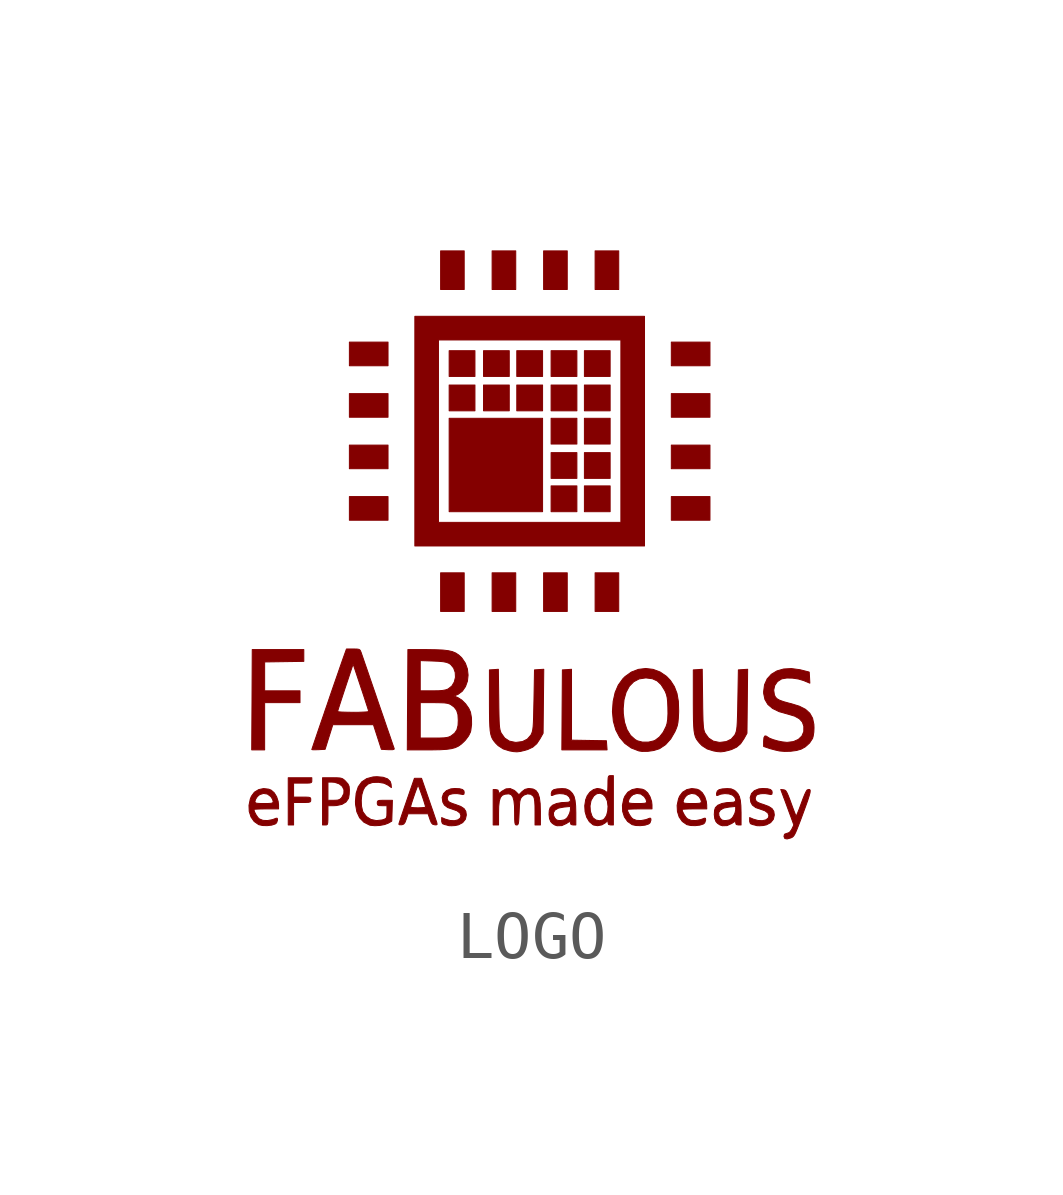
<source format=kicad_sym>
(kicad_symbol_lib
  (version 20231120)
  (generator "kicad_symbol_editor")
  (generator_version "8.0")
  (symbol "LOGO"
    (pin_names
      (offset 1.016))
    (property "Reference" "T"
      (at 0 6.341 0)
      (effects (font (size 1.27 1.27)) (hide yes)))
    (symbol "LOGO_0_0"
      (polyline (pts (xy -2.929 0.537) (xy -2.929 0.783) (xy -3.332 0.783) (xy -3.734 0.783) (xy -3.734 0.537) (xy -3.734 0.291) (xy -3.332 0.291) (xy -2.929 0.291) (xy -2.929 0.537)) (stroke (width 0.01) (type default)) (fill (type outline)))
      (polyline (pts (xy -2.929 1.61) (xy -2.929 1.856) (xy -3.332 1.856) (xy -3.734 1.856) (xy -3.734 1.61) (xy -3.734 1.364) (xy -3.332 1.364) (xy -2.929 1.364) (xy -2.929 1.61)) (stroke (width 0.01) (type default)) (fill (type outline)))
      (polyline (pts (xy -2.929 2.683) (xy -2.929 2.929) (xy -3.332 2.929) (xy -3.734 2.929) (xy -3.734 2.683) (xy -3.734 2.437) (xy -3.332 2.437) (xy -2.929 2.437) (xy -2.929 2.683)) (stroke (width 0.01) (type default)) (fill (type outline)))
      (polyline (pts (xy -2.929 3.756) (xy -2.929 4.002) (xy -3.332 4.002) (xy -3.734 4.002) (xy -3.734 3.756) (xy -3.734 3.51) (xy -3.332 3.51) (xy -2.929 3.51) (xy -2.929 3.756)) (stroke (width 0.01) (type default)) (fill (type outline)))
      (polyline (pts (xy -1.342 -1.207) (xy -1.342 -0.805) (xy -1.587 -0.805) (xy -1.833 -0.805) (xy -1.833 -1.207) (xy -1.833 -1.61) (xy -1.587 -1.61) (xy -1.342 -1.61) (xy -1.342 -1.207)) (stroke (width 0.01) (type default)) (fill (type outline)))
      (polyline (pts (xy -1.342 5.5) (xy -1.342 5.903) (xy -1.587 5.903) (xy -1.833 5.903) (xy -1.833 5.5) (xy -1.833 5.098) (xy -1.587 5.098) (xy -1.342 5.098) (xy -1.342 5.5)) (stroke (width 0.01) (type default)) (fill (type outline)))
      (polyline (pts (xy -1.118 2.84) (xy -1.118 3.108) (xy -1.386 3.108) (xy -1.655 3.108) (xy -1.655 2.84) (xy -1.655 2.571) (xy -1.386 2.571) (xy -1.118 2.571) (xy -1.118 2.84)) (stroke (width 0.01) (type default)) (fill (type outline)))
      (polyline (pts (xy -1.118 3.555) (xy -1.118 3.823) (xy -1.386 3.823) (xy -1.655 3.823) (xy -1.655 3.555) (xy -1.655 3.287) (xy -1.386 3.287) (xy -1.118 3.287) (xy -1.118 3.555)) (stroke (width 0.01) (type default)) (fill (type outline)))
      (polyline (pts (xy -0.403 2.84) (xy -0.403 3.108) (xy -0.671 3.108) (xy -0.939 3.108) (xy -0.939 2.84) (xy -0.939 2.571) (xy -0.671 2.571) (xy -0.403 2.571) (xy -0.403 2.84)) (stroke (width 0.01) (type default)) (fill (type outline)))
      (polyline (pts (xy -0.403 3.555) (xy -0.403 3.823) (xy -0.671 3.823) (xy -0.939 3.823) (xy -0.939 3.555) (xy -0.939 3.287) (xy -0.671 3.287) (xy -0.403 3.287) (xy -0.403 3.555)) (stroke (width 0.01) (type default)) (fill (type outline)))
      (polyline (pts (xy -0.268 -1.207) (xy -0.268 -0.805) (xy -0.514 -0.805) (xy -0.76 -0.805) (xy -0.76 -1.207) (xy -0.76 -1.61) (xy -0.514 -1.61) (xy -0.268 -1.61) (xy -0.268 -1.207)) (stroke (width 0.01) (type default)) (fill (type outline)))
      (polyline (pts (xy -0.268 5.5) (xy -0.268 5.903) (xy -0.514 5.903) (xy -0.76 5.903) (xy -0.76 5.5) (xy -0.76 5.098) (xy -0.514 5.098) (xy -0.268 5.098) (xy -0.268 5.5)) (stroke (width 0.01) (type default)) (fill (type outline)))
      (polyline (pts (xy 0.291 1.442) (xy 0.291 2.415) (xy -0.682 2.415) (xy -1.655 2.415) (xy -1.655 1.442) (xy -1.655 0.469) (xy -0.682 0.469) (xy 0.291 0.469) (xy 0.291 1.442)) (stroke (width 0.01) (type default)) (fill (type outline)))
      (polyline (pts (xy 0.291 2.84) (xy 0.291 3.108) (xy 0.022 3.108) (xy -0.246 3.108) (xy -0.246 2.84) (xy -0.246 2.571) (xy 0.022 2.571) (xy 0.291 2.571) (xy 0.291 2.84)) (stroke (width 0.01) (type default)) (fill (type outline)))
      (polyline (pts (xy 0.291 3.555) (xy 0.291 3.823) (xy 0.022 3.823) (xy -0.246 3.823) (xy -0.246 3.555) (xy -0.246 3.287) (xy 0.022 3.287) (xy 0.291 3.287) (xy 0.291 3.555)) (stroke (width 0.01) (type default)) (fill (type outline)))
      (polyline (pts (xy 0.805 -1.207) (xy 0.805 -0.805) (xy 0.559 -0.805) (xy 0.313 -0.805) (xy 0.313 -1.207) (xy 0.313 -1.61) (xy 0.559 -1.61) (xy 0.805 -1.61) (xy 0.805 -1.207)) (stroke (width 0.01) (type default)) (fill (type outline)))
      (polyline (pts (xy 0.805 5.5) (xy 0.805 5.903) (xy 0.559 5.903) (xy 0.313 5.903) (xy 0.313 5.5) (xy 0.313 5.098) (xy 0.559 5.098) (xy 0.805 5.098) (xy 0.805 5.5)) (stroke (width 0.01) (type default)) (fill (type outline)))
      (polyline (pts (xy 1.006 0.738) (xy 1.006 1.006) (xy 0.738 1.006) (xy 0.469 1.006) (xy 0.469 0.738) (xy 0.469 0.469) (xy 0.738 0.469) (xy 1.006 0.469) (xy 1.006 0.738)) (stroke (width 0.01) (type default)) (fill (type outline)))
      (polyline (pts (xy 1.006 1.431) (xy 1.006 1.699) (xy 0.738 1.699) (xy 0.469 1.699) (xy 0.469 1.431) (xy 0.469 1.163) (xy 0.738 1.163) (xy 1.006 1.163) (xy 1.006 1.431)) (stroke (width 0.01) (type default)) (fill (type outline)))
      (polyline (pts (xy 1.006 2.147) (xy 1.006 2.415) (xy 0.738 2.415) (xy 0.469 2.415) (xy 0.469 2.147) (xy 0.469 1.878) (xy 0.738 1.878) (xy 1.006 1.878) (xy 1.006 2.147)) (stroke (width 0.01) (type default)) (fill (type outline)))
      (polyline (pts (xy 1.006 2.84) (xy 1.006 3.108) (xy 0.738 3.108) (xy 0.469 3.108) (xy 0.469 2.84) (xy 0.469 2.571) (xy 0.738 2.571) (xy 1.006 2.571) (xy 1.006 2.84)) (stroke (width 0.01) (type default)) (fill (type outline)))
      (polyline (pts (xy 1.006 3.555) (xy 1.006 3.823) (xy 0.738 3.823) (xy 0.469 3.823) (xy 0.469 3.555) (xy 0.469 3.287) (xy 0.738 3.287) (xy 1.006 3.287) (xy 1.006 3.555)) (stroke (width 0.01) (type default)) (fill (type outline)))
      (polyline (pts (xy 1.699 0.738) (xy 1.699 1.006) (xy 1.431 1.006) (xy 1.163 1.006) (xy 1.163 0.738) (xy 1.163 0.469) (xy 1.431 0.469) (xy 1.699 0.469) (xy 1.699 0.738)) (stroke (width 0.01) (type default)) (fill (type outline)))
      (polyline (pts (xy 1.699 1.431) (xy 1.699 1.699) (xy 1.431 1.699) (xy 1.163 1.699) (xy 1.163 1.431) (xy 1.163 1.163) (xy 1.431 1.163) (xy 1.699 1.163) (xy 1.699 1.431)) (stroke (width 0.01) (type default)) (fill (type outline)))
      (polyline (pts (xy 1.699 2.147) (xy 1.699 2.415) (xy 1.431 2.415) (xy 1.163 2.415) (xy 1.163 2.147) (xy 1.163 1.878) (xy 1.431 1.878) (xy 1.699 1.878) (xy 1.699 2.147)) (stroke (width 0.01) (type default)) (fill (type outline)))
      (polyline (pts (xy 1.699 2.84) (xy 1.699 3.108) (xy 1.431 3.108) (xy 1.163 3.108) (xy 1.163 2.84) (xy 1.163 2.571) (xy 1.431 2.571) (xy 1.699 2.571) (xy 1.699 2.84)) (stroke (width 0.01) (type default)) (fill (type outline)))
      (polyline (pts (xy 1.699 3.555) (xy 1.699 3.823) (xy 1.431 3.823) (xy 1.163 3.823) (xy 1.163 3.555) (xy 1.163 3.287) (xy 1.431 3.287) (xy 1.699 3.287) (xy 1.699 3.555)) (stroke (width 0.01) (type default)) (fill (type outline)))
      (polyline (pts (xy 1.878 -1.207) (xy 1.878 -0.805) (xy 1.632 -0.805) (xy 1.386 -0.805) (xy 1.386 -1.207) (xy 1.386 -1.61) (xy 1.632 -1.61) (xy 1.878 -1.61) (xy 1.878 -1.207)) (stroke (width 0.01) (type default)) (fill (type outline)))
      (polyline (pts (xy 1.878 5.5) (xy 1.878 5.903) (xy 1.632 5.903) (xy 1.386 5.903) (xy 1.386 5.5) (xy 1.386 5.098) (xy 1.632 5.098) (xy 1.878 5.098) (xy 1.878 5.5)) (stroke (width 0.01) (type default)) (fill (type outline)))
      (polyline (pts (xy 3.779 0.537) (xy 3.779 0.783) (xy 3.376 0.783) (xy 2.974 0.783) (xy 2.974 0.537) (xy 2.974 0.291) (xy 3.376 0.291) (xy 3.779 0.291) (xy 3.779 0.537)) (stroke (width 0.01) (type default)) (fill (type outline)))
      (polyline (pts (xy 3.779 1.61) (xy 3.779 1.856) (xy 3.376 1.856) (xy 2.974 1.856) (xy 2.974 1.61) (xy 2.974 1.364) (xy 3.376 1.364) (xy 3.779 1.364) (xy 3.779 1.61)) (stroke (width 0.01) (type default)) (fill (type outline)))
      (polyline (pts (xy 3.779 2.683) (xy 3.779 2.929) (xy 3.376 2.929) (xy 2.974 2.929) (xy 2.974 2.683) (xy 2.974 2.437) (xy 3.376 2.437) (xy 3.779 2.437) (xy 3.779 2.683)) (stroke (width 0.01) (type default)) (fill (type outline)))
      (polyline (pts (xy 3.779 3.756) (xy 3.779 4.002) (xy 3.376 4.002) (xy 2.974 4.002) (xy 2.974 3.756) (xy 2.974 3.51) (xy 3.376 3.51) (xy 3.779 3.51) (xy 3.779 3.756)) (stroke (width 0.01) (type default)) (fill (type outline)))
      (polyline (pts (xy 1.628 -4.399) (xy 1.621 -4.304) (xy 1.258 -4.298) (xy 0.894 -4.292) (xy 0.894 -3.553) (xy 0.894 -2.815) (xy 0.799 -2.822) (xy 0.704 -2.828) (xy 0.698 -3.661) (xy 0.693 -4.494) (xy 1.164 -4.494) (xy 1.635 -4.494) (xy 1.628 -4.399)) (stroke (width 0.01) (type default)) (fill (type outline)))
      (polyline (pts (xy 2.415 2.147) (xy 2.415 4.539) (xy 0.022 4.539) (xy -2.37 4.539) (xy -2.37 2.147) (xy -1.878 2.147) (xy -1.878 4.047) (xy 0.022 4.047) (xy 1.923 4.047) (xy 1.923 2.147) (xy 1.923 0.246) (xy 0.022 0.246) (xy -1.878 0.246) (xy -1.878 2.147) (xy -2.37 2.147) (xy -2.37 -0.246) (xy 0.022 -0.246) (xy 2.415 -0.246) (xy 2.415 2.147)) (stroke (width 0.01) (type default)) (fill (type outline)))
      (polyline (pts (xy -5.5 -4.002) (xy -5.5 -3.51) (xy -5.131 -3.51) (xy -4.763 -3.51) (xy -4.763 -3.387) (xy -4.763 -3.264) (xy -5.131 -3.264) (xy -5.5 -3.264) (xy -5.5 -2.963) (xy -5.5 -2.662) (xy -5.092 -2.656) (xy -4.684 -2.65) (xy -4.684 -2.527) (xy -4.684 -2.404) (xy -5.221 -2.404) (xy -5.758 -2.404) (xy -5.763 -3.449) (xy -5.769 -4.494) (xy -5.635 -4.494) (xy -5.5 -4.494) (xy -5.5 -4.002)) (stroke (width 0.01) (type default)) (fill (type outline)))
      (polyline (pts (xy -4.897 -5.825) (xy -4.897 -5.59) (xy -4.718 -5.59) (xy -4.642 -5.59) (xy -4.583 -5.587) (xy -4.553 -5.578) (xy -4.541 -5.562) (xy -4.539 -5.534) (xy -4.54 -5.51) (xy -4.549 -5.492) (xy -4.576 -5.482) (xy -4.629 -5.479) (xy -4.718 -5.478) (xy -4.897 -5.478) (xy -4.897 -5.333) (xy -4.897 -5.187) (xy -4.707 -5.187) (xy -4.615 -5.187) (xy -4.559 -5.184) (xy -4.529 -5.175) (xy -4.518 -5.159) (xy -4.517 -5.131) (xy -4.517 -5.075) (xy -4.763 -5.075) (xy -5.008 -5.075) (xy -5.008 -5.567) (xy -5.008 -6.059) (xy -4.953 -6.059) (xy -4.897 -6.059) (xy -4.897 -5.825)) (stroke (width 0.01) (type default)) (fill (type outline)))
      (polyline (pts (xy -4.207 -6.057) (xy -4.192 -6.044) (xy -4.185 -6.013) (xy -4.182 -5.953) (xy -4.181 -5.858) (xy -4.181 -5.657) (xy -4.053 -5.657) (xy -4.001 -5.654) (xy -3.889 -5.63) (xy -3.805 -5.58) (xy -3.756 -5.51) (xy -3.749 -5.488) (xy -3.738 -5.419) (xy -3.734 -5.34) (xy -3.734 -5.325) (xy -3.74 -5.256) (xy -3.763 -5.205) (xy -3.81 -5.152) (xy -3.817 -5.144) (xy -3.853 -5.111) (xy -3.886 -5.091) (xy -3.929 -5.08) (xy -3.993 -5.076) (xy -4.09 -5.075) (xy -4.293 -5.075) (xy -4.293 -5.355) (xy -4.181 -5.355) (xy -4.181 -5.165) (xy -4.106 -5.165) (xy -4.04 -5.17) (xy -3.946 -5.202) (xy -3.881 -5.255) (xy -3.847 -5.325) (xy -3.849 -5.404) (xy -3.892 -5.486) (xy -3.903 -5.499) (xy -3.938 -5.529) (xy -3.985 -5.542) (xy -4.06 -5.545) (xy -4.181 -5.545) (xy -4.181 -5.355) (xy -4.293 -5.355) (xy -4.293 -5.567) (xy -4.293 -6.059) (xy -4.237 -6.059) (xy -4.232 -6.059) (xy -4.207 -6.057)) (stroke (width 0.01) (type default)) (fill (type outline)))
      (polyline (pts (xy -1.532 -6.071) (xy -1.461 -6.056) (xy -1.374 -6.01) (xy -1.317 -5.94) (xy -1.297 -5.851) (xy -1.297 -5.851) (xy -1.308 -5.775) (xy -1.345 -5.718) (xy -1.414 -5.673) (xy -1.522 -5.633) (xy -1.583 -5.613) (xy -1.643 -5.588) (xy -1.676 -5.562) (xy -1.691 -5.53) (xy -1.695 -5.494) (xy -1.671 -5.44) (xy -1.644 -5.423) (xy -1.576 -5.407) (xy -1.49 -5.405) (xy -1.403 -5.418) (xy -1.372 -5.425) (xy -1.347 -5.417) (xy -1.342 -5.38) (xy -1.348 -5.348) (xy -1.378 -5.32) (xy -1.439 -5.304) (xy -1.538 -5.299) (xy -1.62 -5.307) (xy -1.712 -5.344) (xy -1.773 -5.405) (xy -1.8 -5.487) (xy -1.787 -5.583) (xy -1.754 -5.644) (xy -1.684 -5.697) (xy -1.576 -5.734) (xy -1.491 -5.764) (xy -1.43 -5.811) (xy -1.409 -5.869) (xy -1.425 -5.917) (xy -1.474 -5.953) (xy -1.548 -5.97) (xy -1.638 -5.965) (xy -1.734 -5.938) (xy -1.811 -5.905) (xy -1.811 -5.971) (xy -1.81 -5.991) (xy -1.795 -6.031) (xy -1.75 -6.05) (xy -1.703 -6.061) (xy -1.666 -6.072) (xy -1.652 -6.074) (xy -1.601 -6.075) (xy -1.532 -6.071)) (stroke (width 0.01) (type default)) (fill (type outline)))
      (polyline (pts (xy 4.885 -6.071) (xy 4.956 -6.056) (xy 5.043 -6.01) (xy 5.1 -5.94) (xy 5.12 -5.851) (xy 5.12 -5.851) (xy 5.109 -5.775) (xy 5.072 -5.718) (xy 5.003 -5.673) (xy 4.896 -5.633) (xy 4.834 -5.613) (xy 4.774 -5.588) (xy 4.741 -5.562) (xy 4.726 -5.53) (xy 4.722 -5.494) (xy 4.746 -5.44) (xy 4.773 -5.423) (xy 4.841 -5.407) (xy 4.927 -5.405) (xy 5.014 -5.418) (xy 5.045 -5.425) (xy 5.07 -5.417) (xy 5.075 -5.38) (xy 5.069 -5.348) (xy 5.039 -5.32) (xy 4.978 -5.304) (xy 4.879 -5.299) (xy 4.797 -5.307) (xy 4.705 -5.344) (xy 4.644 -5.405) (xy 4.617 -5.487) (xy 4.63 -5.583) (xy 4.663 -5.644) (xy 4.733 -5.697) (xy 4.841 -5.734) (xy 4.926 -5.764) (xy 4.987 -5.811) (xy 5.008 -5.869) (xy 4.992 -5.917) (xy 4.943 -5.953) (xy 4.869 -5.97) (xy 4.779 -5.965) (xy 4.684 -5.938) (xy 4.606 -5.905) (xy 4.606 -5.971) (xy 4.607 -5.991) (xy 4.622 -6.031) (xy 4.667 -6.05) (xy 4.714 -6.061) (xy 4.751 -6.072) (xy 4.765 -6.074) (xy 4.816 -6.075) (xy 4.885 -6.071)) (stroke (width 0.01) (type default)) (fill (type outline)))
      (polyline (pts (xy 5.464 -6.329) (xy 5.472 -6.325) (xy 5.495 -6.314) (xy 5.516 -6.296) (xy 5.538 -6.266) (xy 5.562 -6.22) (xy 5.591 -6.152) (xy 5.628 -6.058) (xy 5.676 -5.932) (xy 5.736 -5.769) (xy 5.766 -5.687) (xy 5.814 -5.553) (xy 5.846 -5.453) (xy 5.864 -5.385) (xy 5.868 -5.342) (xy 5.859 -5.322) (xy 5.838 -5.319) (xy 5.805 -5.329) (xy 5.803 -5.33) (xy 5.784 -5.359) (xy 5.754 -5.421) (xy 5.719 -5.508) (xy 5.681 -5.611) (xy 5.674 -5.63) (xy 5.638 -5.728) (xy 5.607 -5.806) (xy 5.585 -5.856) (xy 5.574 -5.872) (xy 5.573 -5.871) (xy 5.56 -5.843) (xy 5.536 -5.783) (xy 5.504 -5.698) (xy 5.467 -5.597) (xy 5.446 -5.539) (xy 5.41 -5.446) (xy 5.383 -5.386) (xy 5.361 -5.35) (xy 5.338 -5.332) (xy 5.313 -5.326) (xy 5.254 -5.319) (xy 5.323 -5.505) (xy 5.326 -5.51) (xy 5.369 -5.628) (xy 5.417 -5.759) (xy 5.46 -5.875) (xy 5.527 -6.059) (xy 5.486 -6.143) (xy 5.474 -6.165) (xy 5.434 -6.215) (xy 5.383 -6.234) (xy 5.371 -6.236) (xy 5.332 -6.253) (xy 5.321 -6.296) (xy 5.322 -6.301) (xy 5.339 -6.341) (xy 5.386 -6.35) (xy 5.464 -6.329)) (stroke (width 0.01) (type default)) (fill (type outline)))
      (polyline (pts (xy -0.173 -4.527) (xy -0.082 -4.505) (xy -0.019 -4.487) (xy 0.087 -4.437) (xy 0.169 -4.366) (xy 0.238 -4.262) (xy 0.302 -4.148) (xy 0.309 -3.481) (xy 0.316 -2.815) (xy 0.219 -2.821) (xy 0.123 -2.828) (xy 0.112 -3.454) (xy 0.111 -3.496) (xy 0.107 -3.674) (xy 0.104 -3.814) (xy 0.1 -3.921) (xy 0.095 -4.002) (xy 0.088 -4.062) (xy 0.08 -4.106) (xy 0.069 -4.14) (xy 0.056 -4.17) (xy 0.047 -4.187) (xy -0.026 -4.27) (xy -0.128 -4.321) (xy -0.259 -4.338) (xy -0.28 -4.337) (xy -0.401 -4.312) (xy -0.498 -4.248) (xy -0.57 -4.147) (xy -0.574 -4.14) (xy -0.586 -4.11) (xy -0.596 -4.074) (xy -0.604 -4.028) (xy -0.61 -3.966) (xy -0.614 -3.881) (xy -0.617 -3.768) (xy -0.62 -3.622) (xy -0.622 -3.437) (xy -0.63 -2.815) (xy -0.723 -2.822) (xy -0.816 -2.828) (xy -0.816 -3.466) (xy -0.816 -3.534) (xy -0.815 -3.724) (xy -0.813 -3.877) (xy -0.808 -3.998) (xy -0.801 -4.091) (xy -0.789 -4.164) (xy -0.773 -4.221) (xy -0.751 -4.268) (xy -0.723 -4.309) (xy -0.688 -4.352) (xy -0.633 -4.407) (xy -0.527 -4.475) (xy -0.395 -4.516) (xy -0.314 -4.53) (xy -0.243 -4.535) (xy -0.173 -4.527)) (stroke (width 0.01) (type default)) (fill (type outline)))
      (polyline (pts (xy 4.075 -4.527) (xy 4.166 -4.505) (xy 4.229 -4.487) (xy 4.335 -4.437) (xy 4.417 -4.366) (xy 4.487 -4.262) (xy 4.55 -4.148) (xy 4.557 -3.481) (xy 4.564 -2.815) (xy 4.467 -2.821) (xy 4.371 -2.828) (xy 4.36 -3.454) (xy 4.359 -3.496) (xy 4.356 -3.674) (xy 4.352 -3.814) (xy 4.348 -3.921) (xy 4.343 -4.002) (xy 4.336 -4.062) (xy 4.328 -4.106) (xy 4.317 -4.14) (xy 4.304 -4.17) (xy 4.295 -4.187) (xy 4.223 -4.27) (xy 4.12 -4.321) (xy 3.989 -4.338) (xy 3.968 -4.337) (xy 3.848 -4.312) (xy 3.751 -4.248) (xy 3.678 -4.147) (xy 3.674 -4.14) (xy 3.662 -4.11) (xy 3.652 -4.074) (xy 3.644 -4.028) (xy 3.639 -3.966) (xy 3.634 -3.881) (xy 3.631 -3.768) (xy 3.628 -3.622) (xy 3.626 -3.437) (xy 3.618 -2.815) (xy 3.525 -2.822) (xy 3.432 -2.828) (xy 3.432 -3.466) (xy 3.432 -3.534) (xy 3.433 -3.724) (xy 3.435 -3.877) (xy 3.44 -3.998) (xy 3.447 -4.091) (xy 3.459 -4.164) (xy 3.475 -4.221) (xy 3.497 -4.268) (xy 3.526 -4.309) (xy 3.561 -4.352) (xy 3.615 -4.407) (xy 3.721 -4.475) (xy 3.853 -4.516) (xy 3.934 -4.53) (xy 4.005 -4.535) (xy 4.075 -4.527)) (stroke (width 0.01) (type default)) (fill (type outline)))
      (polyline (pts (xy -3.1 -6.069) (xy -3 -6.05) (xy -2.924 -6.021) (xy -2.851 -5.979) (xy -2.844 -5.762) (xy -2.838 -5.545) (xy -2.995 -5.545) (xy -3.038 -5.545) (xy -3.103 -5.547) (xy -3.137 -5.555) (xy -3.15 -5.572) (xy -3.153 -5.601) (xy -3.152 -5.616) (xy -3.144 -5.643) (xy -3.114 -5.655) (xy -3.052 -5.657) (xy -2.951 -5.657) (xy -2.951 -5.789) (xy -2.951 -5.795) (xy -2.953 -5.867) (xy -2.962 -5.907) (xy -2.982 -5.929) (xy -3.022 -5.945) (xy -3.049 -5.954) (xy -3.171 -5.968) (xy -3.284 -5.944) (xy -3.379 -5.884) (xy -3.449 -5.791) (xy -3.459 -5.767) (xy -3.482 -5.666) (xy -3.487 -5.548) (xy -3.475 -5.429) (xy -3.445 -5.329) (xy -3.411 -5.269) (xy -3.342 -5.205) (xy -3.25 -5.173) (xy -3.127 -5.17) (xy -3.127 -5.17) (xy -3.011 -5.189) (xy -2.928 -5.23) (xy -2.859 -5.28) (xy -2.866 -5.206) (xy -2.883 -5.153) (xy -2.939 -5.098) (xy -3.031 -5.065) (xy -3.159 -5.053) (xy -3.241 -5.058) (xy -3.373 -5.093) (xy -3.476 -5.161) (xy -3.549 -5.263) (xy -3.593 -5.399) (xy -3.608 -5.569) (xy -3.606 -5.629) (xy -3.579 -5.784) (xy -3.521 -5.909) (xy -3.432 -6.001) (xy -3.314 -6.061) (xy -3.294 -6.066) (xy -3.204 -6.074) (xy -3.1 -6.069)) (stroke (width 0.01) (type default)) (fill (type outline)))
      (polyline (pts (xy 1.527 -6.057) (xy 1.602 -6.012) (xy 1.655 -5.962) (xy 1.655 -6.011) (xy 1.655 -6.013) (xy 1.667 -6.049) (xy 1.71 -6.059) (xy 1.766 -6.059) (xy 1.766 -5.545) (xy 1.766 -5.031) (xy 1.71 -5.031) (xy 1.708 -5.031) (xy 1.682 -5.033) (xy 1.666 -5.045) (xy 1.658 -5.075) (xy 1.654 -5.133) (xy 1.653 -5.226) (xy 1.652 -5.27) (xy 1.649 -5.342) (xy 1.645 -5.386) (xy 1.64 -5.394) (xy 1.624 -5.372) (xy 1.572 -5.337) (xy 1.503 -5.31) (xy 1.435 -5.299) (xy 1.429 -5.299) (xy 1.351 -5.322) (xy 1.277 -5.376) (xy 1.221 -5.452) (xy 1.189 -5.534) (xy 1.17 -5.658) (xy 1.17 -5.662) (xy 1.28 -5.662) (xy 1.299 -5.559) (xy 1.308 -5.536) (xy 1.359 -5.453) (xy 1.421 -5.408) (xy 1.487 -5.398) (xy 1.55 -5.422) (xy 1.603 -5.477) (xy 1.641 -5.561) (xy 1.655 -5.672) (xy 1.649 -5.769) (xy 1.624 -5.864) (xy 1.577 -5.933) (xy 1.546 -5.955) (xy 1.476 -5.971) (xy 1.403 -5.956) (xy 1.344 -5.912) (xy 1.319 -5.871) (xy 1.287 -5.772) (xy 1.28 -5.662) (xy 1.17 -5.662) (xy 1.177 -5.782) (xy 1.21 -5.896) (xy 1.266 -5.99) (xy 1.342 -6.054) (xy 1.355 -6.06) (xy 1.438 -6.074) (xy 1.527 -6.057)) (stroke (width 0.01) (type default)) (fill (type outline)))
      (polyline (pts (xy -1.906 -6.047) (xy -1.913 -6.011) (xy -1.914 -6.006) (xy -1.929 -5.962) (xy -1.956 -5.884) (xy -1.991 -5.78) (xy -2.034 -5.657) (xy -2.08 -5.523) (xy -2.231 -5.087) (xy -2.305 -5.087) (xy -2.379 -5.087) (xy -2.541 -5.556) (xy -2.563 -5.62) (xy -2.586 -5.686) (xy -2.459 -5.686) (xy -2.456 -5.668) (xy -2.442 -5.616) (xy -2.418 -5.543) (xy -2.39 -5.46) (xy -2.361 -5.376) (xy -2.334 -5.303) (xy -2.314 -5.252) (xy -2.303 -5.232) (xy -2.297 -5.241) (xy -2.279 -5.284) (xy -2.254 -5.351) (xy -2.225 -5.433) (xy -2.196 -5.517) (xy -2.171 -5.595) (xy -2.153 -5.655) (xy -2.147 -5.686) (xy -2.147 -5.687) (xy -2.17 -5.694) (xy -2.226 -5.699) (xy -2.303 -5.702) (xy -2.309 -5.702) (xy -2.385 -5.699) (xy -2.439 -5.694) (xy -2.459 -5.686) (xy -2.586 -5.686) (xy -2.608 -5.751) (xy -2.647 -5.866) (xy -2.677 -5.957) (xy -2.697 -6.019) (xy -2.704 -6.044) (xy -2.689 -6.055) (xy -2.646 -6.055) (xy -2.639 -6.054) (xy -2.602 -6.04) (xy -2.575 -6.005) (xy -2.549 -5.936) (xy -2.512 -5.825) (xy -2.303 -5.825) (xy -2.095 -5.825) (xy -2.057 -5.936) (xy -2.051 -5.955) (xy -2.026 -6.014) (xy -1.998 -6.044) (xy -1.958 -6.055) (xy -1.926 -6.058) (xy -1.906 -6.047)) (stroke (width 0.01) (type default)) (fill (type outline)))
      (polyline (pts (xy -5.352 -6.062) (xy -5.279 -6.038) (xy -5.251 -6.014) (xy -5.232 -5.959) (xy -5.232 -5.946) (xy -5.237 -5.92) (xy -5.259 -5.918) (xy -5.31 -5.938) (xy -5.338 -5.948) (xy -5.439 -5.967) (xy -5.535 -5.963) (xy -5.61 -5.933) (xy -5.639 -5.905) (xy -5.679 -5.847) (xy -5.711 -5.785) (xy -5.724 -5.736) (xy -5.705 -5.731) (xy -5.651 -5.728) (xy -5.568 -5.725) (xy -5.467 -5.724) (xy -5.21 -5.724) (xy -5.21 -5.64) (xy -5.218 -5.569) (xy -5.25 -5.471) (xy -5.301 -5.388) (xy -5.363 -5.334) (xy -5.414 -5.313) (xy -5.521 -5.3) (xy -5.624 -5.322) (xy -5.713 -5.376) (xy -5.775 -5.46) (xy -5.799 -5.518) (xy -5.809 -5.569) (xy -5.702 -5.569) (xy -5.702 -5.566) (xy -5.686 -5.519) (xy -5.651 -5.466) (xy -5.603 -5.426) (xy -5.524 -5.402) (xy -5.443 -5.414) (xy -5.375 -5.464) (xy -5.37 -5.469) (xy -5.335 -5.523) (xy -5.322 -5.569) (xy -5.323 -5.582) (xy -5.333 -5.598) (xy -5.362 -5.607) (xy -5.419 -5.611) (xy -5.512 -5.612) (xy -5.571 -5.612) (xy -5.641 -5.609) (xy -5.681 -5.603) (xy -5.698 -5.59) (xy -5.702 -5.569) (xy -5.809 -5.569) (xy -5.826 -5.65) (xy -5.821 -5.777) (xy -5.784 -5.892) (xy -5.718 -5.986) (xy -5.625 -6.051) (xy -5.62 -6.053) (xy -5.544 -6.07) (xy -5.447 -6.073) (xy -5.352 -6.062)) (stroke (width 0.01) (type default)) (fill (type outline)))
      (polyline (pts (xy 2.429 -6.062) (xy 2.502 -6.038) (xy 2.53 -6.014) (xy 2.549 -5.959) (xy 2.549 -5.946) (xy 2.544 -5.92) (xy 2.522 -5.918) (xy 2.471 -5.938) (xy 2.443 -5.948) (xy 2.342 -5.967) (xy 2.246 -5.963) (xy 2.171 -5.933) (xy 2.142 -5.905) (xy 2.102 -5.847) (xy 2.07 -5.785) (xy 2.057 -5.736) (xy 2.076 -5.731) (xy 2.13 -5.728) (xy 2.213 -5.725) (xy 2.314 -5.724) (xy 2.571 -5.724) (xy 2.571 -5.64) (xy 2.563 -5.569) (xy 2.53 -5.471) (xy 2.48 -5.388) (xy 2.418 -5.334) (xy 2.367 -5.313) (xy 2.26 -5.3) (xy 2.157 -5.322) (xy 2.068 -5.376) (xy 2.006 -5.46) (xy 1.982 -5.518) (xy 1.972 -5.569) (xy 2.079 -5.569) (xy 2.079 -5.566) (xy 2.095 -5.519) (xy 2.13 -5.466) (xy 2.178 -5.426) (xy 2.257 -5.402) (xy 2.338 -5.414) (xy 2.406 -5.464) (xy 2.411 -5.469) (xy 2.446 -5.523) (xy 2.459 -5.569) (xy 2.458 -5.582) (xy 2.448 -5.598) (xy 2.418 -5.607) (xy 2.362 -5.611) (xy 2.269 -5.612) (xy 2.211 -5.612) (xy 2.14 -5.609) (xy 2.1 -5.603) (xy 2.083 -5.59) (xy 2.079 -5.569) (xy 1.972 -5.569) (xy 1.955 -5.65) (xy 1.96 -5.777) (xy 1.997 -5.892) (xy 2.063 -5.986) (xy 2.156 -6.051) (xy 2.161 -6.053) (xy 2.237 -6.07) (xy 2.333 -6.073) (xy 2.429 -6.062)) (stroke (width 0.01) (type default)) (fill (type outline)))
      (polyline (pts (xy 3.569 -6.062) (xy 3.643 -6.038) (xy 3.67 -6.014) (xy 3.689 -5.959) (xy 3.689 -5.946) (xy 3.684 -5.92) (xy 3.662 -5.918) (xy 3.612 -5.938) (xy 3.583 -5.948) (xy 3.483 -5.967) (xy 3.386 -5.963) (xy 3.312 -5.933) (xy 3.283 -5.905) (xy 3.243 -5.847) (xy 3.211 -5.785) (xy 3.197 -5.736) (xy 3.216 -5.731) (xy 3.271 -5.728) (xy 3.353 -5.725) (xy 3.454 -5.724) (xy 3.712 -5.724) (xy 3.711 -5.64) (xy 3.703 -5.569) (xy 3.671 -5.471) (xy 3.62 -5.388) (xy 3.558 -5.334) (xy 3.507 -5.313) (xy 3.4 -5.3) (xy 3.297 -5.322) (xy 3.209 -5.376) (xy 3.146 -5.46) (xy 3.123 -5.518) (xy 3.112 -5.569) (xy 3.22 -5.569) (xy 3.22 -5.566) (xy 3.236 -5.519) (xy 3.271 -5.466) (xy 3.319 -5.426) (xy 3.397 -5.402) (xy 3.478 -5.414) (xy 3.547 -5.464) (xy 3.552 -5.469) (xy 3.586 -5.523) (xy 3.6 -5.569) (xy 3.599 -5.582) (xy 3.588 -5.598) (xy 3.559 -5.607) (xy 3.502 -5.611) (xy 3.41 -5.612) (xy 3.351 -5.612) (xy 3.28 -5.609) (xy 3.241 -5.603) (xy 3.224 -5.59) (xy 3.22 -5.569) (xy 3.112 -5.569) (xy 3.095 -5.65) (xy 3.101 -5.777) (xy 3.137 -5.892) (xy 3.203 -5.986) (xy 3.296 -6.051) (xy 3.301 -6.053) (xy 3.378 -6.07) (xy 3.474 -6.073) (xy 3.569 -6.062)) (stroke (width 0.01) (type default)) (fill (type outline)))
      (polyline (pts (xy 0.692 -6.072) (xy 0.791 -6.027) (xy 0.818 -6.008) (xy 0.855 -5.987) (xy 0.869 -5.99) (xy 0.872 -6.015) (xy 0.884 -6.049) (xy 0.928 -6.059) (xy 0.984 -6.059) (xy 0.984 -5.819) (xy 0.984 -5.802) (xy 0.98 -5.657) (xy 0.968 -5.547) (xy 0.948 -5.466) (xy 0.915 -5.405) (xy 0.87 -5.356) (xy 0.84 -5.334) (xy 0.778 -5.307) (xy 0.697 -5.301) (xy 0.696 -5.301) (xy 0.592 -5.308) (xy 0.525 -5.324) (xy 0.488 -5.353) (xy 0.473 -5.397) (xy 0.473 -5.403) (xy 0.474 -5.443) (xy 0.493 -5.444) (xy 0.558 -5.417) (xy 0.645 -5.405) (xy 0.732 -5.412) (xy 0.805 -5.437) (xy 0.849 -5.478) (xy 0.872 -5.531) (xy 0.867 -5.567) (xy 0.828 -5.585) (xy 0.748 -5.59) (xy 0.692 -5.592) (xy 0.583 -5.612) (xy 0.499 -5.648) (xy 0.449 -5.698) (xy 0.431 -5.756) (xy 0.428 -5.803) (xy 0.517 -5.803) (xy 0.551 -5.747) (xy 0.624 -5.707) (xy 0.733 -5.686) (xy 0.872 -5.673) (xy 0.872 -5.74) (xy 0.872 -5.75) (xy 0.855 -5.816) (xy 0.821 -5.883) (xy 0.792 -5.921) (xy 0.746 -5.953) (xy 0.678 -5.965) (xy 0.63 -5.967) (xy 0.583 -5.955) (xy 0.55 -5.921) (xy 0.522 -5.87) (xy 0.517 -5.803) (xy 0.428 -5.803) (xy 0.426 -5.841) (xy 0.436 -5.926) (xy 0.461 -5.989) (xy 0.495 -6.026) (xy 0.545 -6.059) (xy 0.594 -6.075) (xy 0.692 -6.072)) (stroke (width 0.01) (type default)) (fill (type outline)))
      (polyline (pts (xy 4.135 -6.072) (xy 4.234 -6.027) (xy 4.261 -6.008) (xy 4.298 -5.987) (xy 4.313 -5.99) (xy 4.315 -6.015) (xy 4.327 -6.049) (xy 4.371 -6.059) (xy 4.427 -6.059) (xy 4.427 -5.819) (xy 4.427 -5.802) (xy 4.423 -5.657) (xy 4.412 -5.547) (xy 4.391 -5.466) (xy 4.359 -5.405) (xy 4.313 -5.356) (xy 4.283 -5.334) (xy 4.221 -5.307) (xy 4.14 -5.301) (xy 4.139 -5.301) (xy 4.035 -5.308) (xy 3.969 -5.324) (xy 3.932 -5.353) (xy 3.917 -5.397) (xy 3.916 -5.403) (xy 3.918 -5.443) (xy 3.936 -5.444) (xy 4.002 -5.417) (xy 4.089 -5.405) (xy 4.175 -5.412) (xy 4.248 -5.437) (xy 4.293 -5.478) (xy 4.315 -5.531) (xy 4.311 -5.567) (xy 4.271 -5.585) (xy 4.192 -5.59) (xy 4.136 -5.592) (xy 4.027 -5.612) (xy 3.942 -5.648) (xy 3.892 -5.698) (xy 3.874 -5.756) (xy 3.872 -5.803) (xy 3.96 -5.803) (xy 3.995 -5.747) (xy 4.067 -5.707) (xy 4.176 -5.686) (xy 4.315 -5.673) (xy 4.315 -5.74) (xy 4.315 -5.75) (xy 4.298 -5.816) (xy 4.264 -5.883) (xy 4.235 -5.921) (xy 4.189 -5.953) (xy 4.121 -5.965) (xy 4.073 -5.967) (xy 4.027 -5.955) (xy 3.993 -5.921) (xy 3.966 -5.87) (xy 3.96 -5.803) (xy 3.872 -5.803) (xy 3.869 -5.841) (xy 3.879 -5.926) (xy 3.904 -5.989) (xy 3.938 -6.026) (xy 3.988 -6.059) (xy 4.038 -6.075) (xy 4.135 -6.072)) (stroke (width 0.01) (type default)) (fill (type outline)))
      (polyline (pts (xy -0.626 -5.812) (xy -0.623 -5.674) (xy -0.611 -5.565) (xy -0.588 -5.489) (xy -0.551 -5.442) (xy -0.496 -5.418) (xy -0.422 -5.411) (xy -0.405 -5.412) (xy -0.36 -5.43) (xy -0.328 -5.475) (xy -0.306 -5.551) (xy -0.294 -5.662) (xy -0.291 -5.813) (xy -0.291 -5.845) (xy -0.29 -5.942) (xy -0.286 -6.005) (xy -0.279 -6.04) (xy -0.267 -6.056) (xy -0.249 -6.059) (xy -0.24 -6.059) (xy -0.225 -6.051) (xy -0.214 -6.027) (xy -0.207 -5.981) (xy -0.202 -5.905) (xy -0.197 -5.792) (xy -0.195 -5.744) (xy -0.19 -5.643) (xy -0.184 -5.574) (xy -0.173 -5.528) (xy -0.158 -5.495) (xy -0.135 -5.467) (xy -0.094 -5.435) (xy -0.023 -5.411) (xy 0.046 -5.419) (xy 0.099 -5.461) (xy 0.105 -5.47) (xy 0.119 -5.509) (xy 0.128 -5.569) (xy 0.133 -5.658) (xy 0.134 -5.785) (xy 0.134 -6.059) (xy 0.19 -6.059) (xy 0.246 -6.059) (xy 0.246 -5.79) (xy 0.246 -5.777) (xy 0.241 -5.614) (xy 0.225 -5.49) (xy 0.196 -5.401) (xy 0.153 -5.342) (xy 0.094 -5.31) (xy 0.015 -5.3) (xy -0.005 -5.3) (xy -0.074 -5.317) (xy -0.136 -5.364) (xy -0.201 -5.43) (xy -0.267 -5.364) (xy -0.298 -5.338) (xy -0.382 -5.301) (xy -0.47 -5.307) (xy -0.557 -5.357) (xy -0.577 -5.373) (xy -0.611 -5.398) (xy -0.624 -5.396) (xy -0.626 -5.368) (xy -0.626 -5.368) (xy -0.638 -5.332) (xy -0.682 -5.322) (xy -0.738 -5.322) (xy -0.738 -5.69) (xy -0.738 -6.059) (xy -0.682 -6.059) (xy -0.626 -6.059) (xy -0.626 -5.812)) (stroke (width 0.01) (type default)) (fill (type outline)))
      (polyline (pts (xy 2.483 -4.525) (xy 2.609 -4.507) (xy 2.719 -4.473) (xy 2.735 -4.465) (xy 2.855 -4.384) (xy 2.961 -4.266) (xy 3.048 -4.117) (xy 3.075 -4.055) (xy 3.098 -3.991) (xy 3.112 -3.922) (xy 3.12 -3.837) (xy 3.126 -3.72) (xy 3.127 -3.682) (xy 3.121 -3.485) (xy 3.092 -3.318) (xy 3.037 -3.175) (xy 2.955 -3.048) (xy 2.873 -2.962) (xy 2.741 -2.872) (xy 2.595 -2.817) (xy 2.441 -2.798) (xy 2.287 -2.817) (xy 2.141 -2.873) (xy 2.01 -2.967) (xy 1.964 -3.013) (xy 1.869 -3.144) (xy 1.803 -3.298) (xy 1.762 -3.483) (xy 1.762 -3.483) (xy 1.751 -3.632) (xy 1.971 -3.632) (xy 1.988 -3.45) (xy 2.031 -3.295) (xy 2.099 -3.168) (xy 2.19 -3.075) (xy 2.302 -3.016) (xy 2.433 -2.996) (xy 2.455 -2.996) (xy 2.579 -3.012) (xy 2.679 -3.057) (xy 2.761 -3.135) (xy 2.835 -3.253) (xy 2.851 -3.285) (xy 2.873 -3.343) (xy 2.888 -3.407) (xy 2.897 -3.491) (xy 2.902 -3.607) (xy 2.904 -3.741) (xy 2.898 -3.862) (xy 2.884 -3.948) (xy 2.865 -4.006) (xy 2.805 -4.127) (xy 2.727 -4.226) (xy 2.64 -4.292) (xy 2.607 -4.307) (xy 2.494 -4.333) (xy 2.374 -4.333) (xy 2.269 -4.306) (xy 2.221 -4.28) (xy 2.124 -4.193) (xy 2.049 -4.07) (xy 1.998 -3.916) (xy 1.973 -3.735) (xy 1.971 -3.632) (xy 1.751 -3.632) (xy 1.747 -3.699) (xy 1.766 -3.898) (xy 1.816 -4.077) (xy 1.897 -4.232) (xy 2.005 -4.359) (xy 2.139 -4.455) (xy 2.297 -4.516) (xy 2.362 -4.526) (xy 2.483 -4.525)) (stroke (width 0.01) (type default)) (fill (type outline)))
      (polyline (pts (xy 5.461 -4.523) (xy 5.582 -4.507) (xy 5.679 -4.479) (xy 5.764 -4.432) (xy 5.855 -4.35) (xy 5.917 -4.255) (xy 5.93 -4.207) (xy 5.943 -4.125) (xy 5.947 -4.036) (xy 5.944 -3.961) (xy 5.917 -3.834) (xy 5.859 -3.731) (xy 5.769 -3.649) (xy 5.641 -3.584) (xy 5.473 -3.532) (xy 5.427 -3.521) (xy 5.312 -3.489) (xy 5.231 -3.46) (xy 5.178 -3.43) (xy 5.144 -3.395) (xy 5.122 -3.35) (xy 5.107 -3.25) (xy 5.129 -3.152) (xy 5.185 -3.071) (xy 5.269 -3.017) (xy 5.282 -3.013) (xy 5.379 -2.997) (xy 5.497 -2.999) (xy 5.62 -3.017) (xy 5.731 -3.05) (xy 5.86 -3.104) (xy 5.854 -2.989) (xy 5.847 -2.873) (xy 5.69 -2.833) (xy 5.654 -2.824) (xy 5.475 -2.8) (xy 5.314 -2.809) (xy 5.174 -2.849) (xy 5.058 -2.919) (xy 4.971 -3.015) (xy 4.916 -3.137) (xy 4.897 -3.281) (xy 4.898 -3.319) (xy 4.924 -3.443) (xy 4.985 -3.547) (xy 5.083 -3.631) (xy 5.22 -3.698) (xy 5.398 -3.748) (xy 5.405 -3.75) (xy 5.543 -3.791) (xy 5.641 -3.845) (xy 5.704 -3.914) (xy 5.735 -4.003) (xy 5.735 -4.003) (xy 5.734 -4.113) (xy 5.695 -4.205) (xy 5.621 -4.276) (xy 5.517 -4.322) (xy 5.386 -4.338) (xy 5.373 -4.337) (xy 5.289 -4.328) (xy 5.193 -4.309) (xy 5.099 -4.282) (xy 5.023 -4.253) (xy 4.977 -4.225) (xy 4.959 -4.21) (xy 4.925 -4.203) (xy 4.904 -4.238) (xy 4.897 -4.314) (xy 4.897 -4.423) (xy 5.009 -4.461) (xy 5.041 -4.471) (xy 5.138 -4.497) (xy 5.227 -4.517) (xy 5.335 -4.526) (xy 5.461 -4.523)) (stroke (width 0.01) (type default)) (fill (type outline)))
      (polyline (pts (xy -4.378 -4.49) (xy -4.24 -4.483) (xy -4.16 -4.226) (xy -4.079 -3.969) (xy -3.656 -3.969) (xy -3.233 -3.969) (xy -3.15 -4.226) (xy -3.067 -4.483) (xy -2.928 -4.49) (xy -2.906 -4.491) (xy -2.837 -4.491) (xy -2.804 -4.483) (xy -2.8 -4.467) (xy -2.806 -4.451) (xy -2.826 -4.395) (xy -2.857 -4.304) (xy -2.898 -4.184) (xy -2.949 -4.038) (xy -3.006 -3.87) (xy -3.07 -3.685) (xy -3.138 -3.488) (xy -3.187 -3.343) (xy -3.253 -3.152) (xy -3.314 -2.974) (xy -3.368 -2.816) (xy -3.415 -2.681) (xy -3.451 -2.575) (xy -3.477 -2.501) (xy -3.489 -2.465) (xy -3.494 -2.453) (xy -3.51 -2.418) (xy -3.534 -2.4) (xy -3.578 -2.393) (xy -3.655 -2.392) (xy -3.795 -2.392) (xy -3.853 -2.554) (xy -3.862 -2.579) (xy -3.889 -2.656) (xy -3.926 -2.762) (xy -3.971 -2.893) (xy -4.023 -3.042) (xy -4.08 -3.206) (xy -4.139 -3.378) (xy -4.199 -3.555) (xy -4.248 -3.695) (xy -3.98 -3.695) (xy -3.978 -3.687) (xy -3.964 -3.641) (xy -3.939 -3.562) (xy -3.905 -3.457) (xy -3.864 -3.332) (xy -3.818 -3.192) (xy -3.656 -2.704) (xy -3.494 -3.191) (xy -3.468 -3.268) (xy -3.424 -3.401) (xy -3.387 -3.516) (xy -3.357 -3.608) (xy -3.338 -3.669) (xy -3.332 -3.695) (xy -3.336 -3.697) (xy -3.373 -3.703) (xy -3.444 -3.707) (xy -3.541 -3.711) (xy -3.656 -3.712) (xy -3.706 -3.711) (xy -3.814 -3.709) (xy -3.901 -3.706) (xy -3.959 -3.701) (xy -3.98 -3.695) (xy -4.248 -3.695) (xy -4.259 -3.73) (xy -4.317 -3.898) (xy -4.371 -4.055) (xy -4.419 -4.196) (xy -4.459 -4.314) (xy -4.49 -4.406) (xy -4.51 -4.465) (xy -4.517 -4.487) (xy -4.5 -4.491) (xy -4.45 -4.492) (xy -4.378 -4.49)) (stroke (width 0.01) (type default)) (fill (type outline)))
      (polyline (pts (xy -2.001 -4.494) (xy -1.838 -4.491) (xy -1.71 -4.483) (xy -1.609 -4.469) (xy -1.528 -4.447) (xy -1.462 -4.416) (xy -1.403 -4.374) (xy -1.344 -4.319) (xy -1.316 -4.29) (xy -1.251 -4.203) (xy -1.212 -4.123) (xy -1.204 -4.09) (xy -1.188 -3.962) (xy -1.19 -3.827) (xy -1.211 -3.708) (xy -1.247 -3.628) (xy -1.313 -3.535) (xy -1.393 -3.456) (xy -1.474 -3.405) (xy -1.552 -3.372) (xy -1.485 -3.343) (xy -1.47 -3.337) (xy -1.38 -3.27) (xy -1.315 -3.175) (xy -1.274 -3.061) (xy -1.261 -2.935) (xy -1.275 -2.808) (xy -1.318 -2.687) (xy -1.39 -2.581) (xy -1.4 -2.57) (xy -1.457 -2.517) (xy -1.517 -2.477) (xy -1.588 -2.447) (xy -1.676 -2.427) (xy -1.788 -2.414) (xy -1.932 -2.408) (xy -2.113 -2.405) (xy -2.515 -2.404) (xy -2.518 -2.949) (xy -2.258 -2.949) (xy -2.258 -2.634) (xy -1.996 -2.643) (xy -1.88 -2.648) (xy -1.78 -2.657) (xy -1.709 -2.671) (xy -1.658 -2.691) (xy -1.623 -2.714) (xy -1.562 -2.788) (xy -1.529 -2.881) (xy -1.524 -2.981) (xy -1.548 -3.079) (xy -1.599 -3.164) (xy -1.677 -3.225) (xy -1.678 -3.226) (xy -1.728 -3.244) (xy -1.792 -3.256) (xy -1.882 -3.263) (xy -2.007 -3.264) (xy -2.258 -3.264) (xy -2.258 -2.949) (xy -2.518 -2.949) (xy -2.521 -3.449) (xy -2.524 -3.879) (xy -2.258 -3.879) (xy -2.258 -3.51) (xy -1.973 -3.51) (xy -1.965 -3.51) (xy -1.844 -3.512) (xy -1.758 -3.515) (xy -1.697 -3.523) (xy -1.653 -3.535) (xy -1.617 -3.554) (xy -1.55 -3.603) (xy -1.499 -3.671) (xy -1.472 -3.759) (xy -1.465 -3.879) (xy -1.47 -3.984) (xy -1.494 -4.077) (xy -1.541 -4.146) (xy -1.617 -4.205) (xy -1.619 -4.206) (xy -1.656 -4.224) (xy -1.7 -4.236) (xy -1.762 -4.244) (xy -1.85 -4.247) (xy -1.973 -4.248) (xy -2.258 -4.248) (xy -2.258 -3.879) (xy -2.524 -3.879) (xy -2.527 -4.494) (xy -2.106 -4.494) (xy -2.001 -4.494)) (stroke (width 0.01) (type default)) (fill (type outline))))))
</source>
